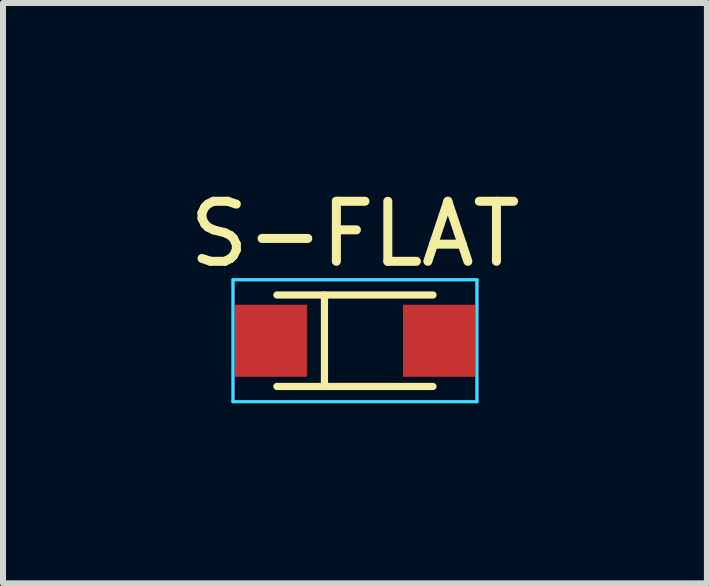
<source format=kicad_pcb>
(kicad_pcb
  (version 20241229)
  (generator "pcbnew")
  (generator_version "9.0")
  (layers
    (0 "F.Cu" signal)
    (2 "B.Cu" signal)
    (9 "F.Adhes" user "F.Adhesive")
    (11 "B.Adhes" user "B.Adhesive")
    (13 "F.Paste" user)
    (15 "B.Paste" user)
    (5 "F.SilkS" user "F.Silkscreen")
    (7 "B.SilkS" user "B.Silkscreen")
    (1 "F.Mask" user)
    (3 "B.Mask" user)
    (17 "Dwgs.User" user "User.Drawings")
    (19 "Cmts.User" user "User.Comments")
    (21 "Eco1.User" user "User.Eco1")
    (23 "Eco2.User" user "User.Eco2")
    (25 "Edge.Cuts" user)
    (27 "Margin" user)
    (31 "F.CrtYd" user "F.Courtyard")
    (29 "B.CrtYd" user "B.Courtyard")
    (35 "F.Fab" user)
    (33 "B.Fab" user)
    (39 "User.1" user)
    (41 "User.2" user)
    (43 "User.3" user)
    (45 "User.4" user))
  (footprint "S-FLAT"
    (layer "F.Cu")
    (at 2.863 2.626)
    (property "Reference" "S-FLAT" (at 0 -1.778 0) (layer "F.SilkS") (effects (font (size 1 1) (thickness 0.15))))
    (attr through_hole)
    (fp_line (start -1.3 -0.762) (end 1.3 -0.762) (stroke (width 0.12) (type solid)) (layer "F.SilkS"))
    (fp_line (start -1.3 0.762) (end 1.3 0.762) (stroke (width 0.12) (type solid)) (layer "F.SilkS"))
    (fp_line (start -0.508 -0.762) (end -0.508 0.762) (stroke (width 0.12) (type solid)) (layer "F.SilkS"))
    (fp_line (start -2.032 -1.016) (end 2.032 -1.016) (stroke (width 0.05) (type solid)) (layer "B.CrtYd"))
    (fp_line (start -2.032 1.016) (end -2.032 -1.016) (stroke (width 0.05) (type solid)) (layer "B.CrtYd"))
    (fp_line (start 2.032 -1.016) (end 2.032 1.016) (stroke (width 0.05) (type solid)) (layer "B.CrtYd"))
    (fp_line (start 2.032 1.016) (end -2.032 1.016) (stroke (width 0.05) (type solid)) (layer "B.CrtYd"))
    (fp_line (start -2.032 -1.016) (end 2.032 -1.016) (stroke (width 0.05) (type solid)) (layer "F.CrtYd"))
    (fp_line (start -2.032 1.016) (end -2.032 -1.016) (stroke (width 0.05) (type solid)) (layer "F.CrtYd"))
    (fp_line (start 2.032 -1.016) (end 2.032 1.016) (stroke (width 0.05) (type solid)) (layer "F.CrtYd"))
    (fp_line (start 2.032 1.016) (end -2.032 1.016) (stroke (width 0.05) (type solid)) (layer "F.CrtYd"))
    (pad "1" smd rect (at -1.4 0) (size 1.2 1.2) (layers "F.Cu" "F.Mask" "F.Paste"))
    (pad "2" smd rect (at 1.4 0) (size 1.2 1.2) (layers "F.Cu" "F.Mask" "F.Paste")))
  (gr_rect
    (start -3 -3)
    (end 8.726 6.667)
    (stroke (width 0.1) (type default))
    (fill no)
    (layer "Edge.Cuts")))
</source>
